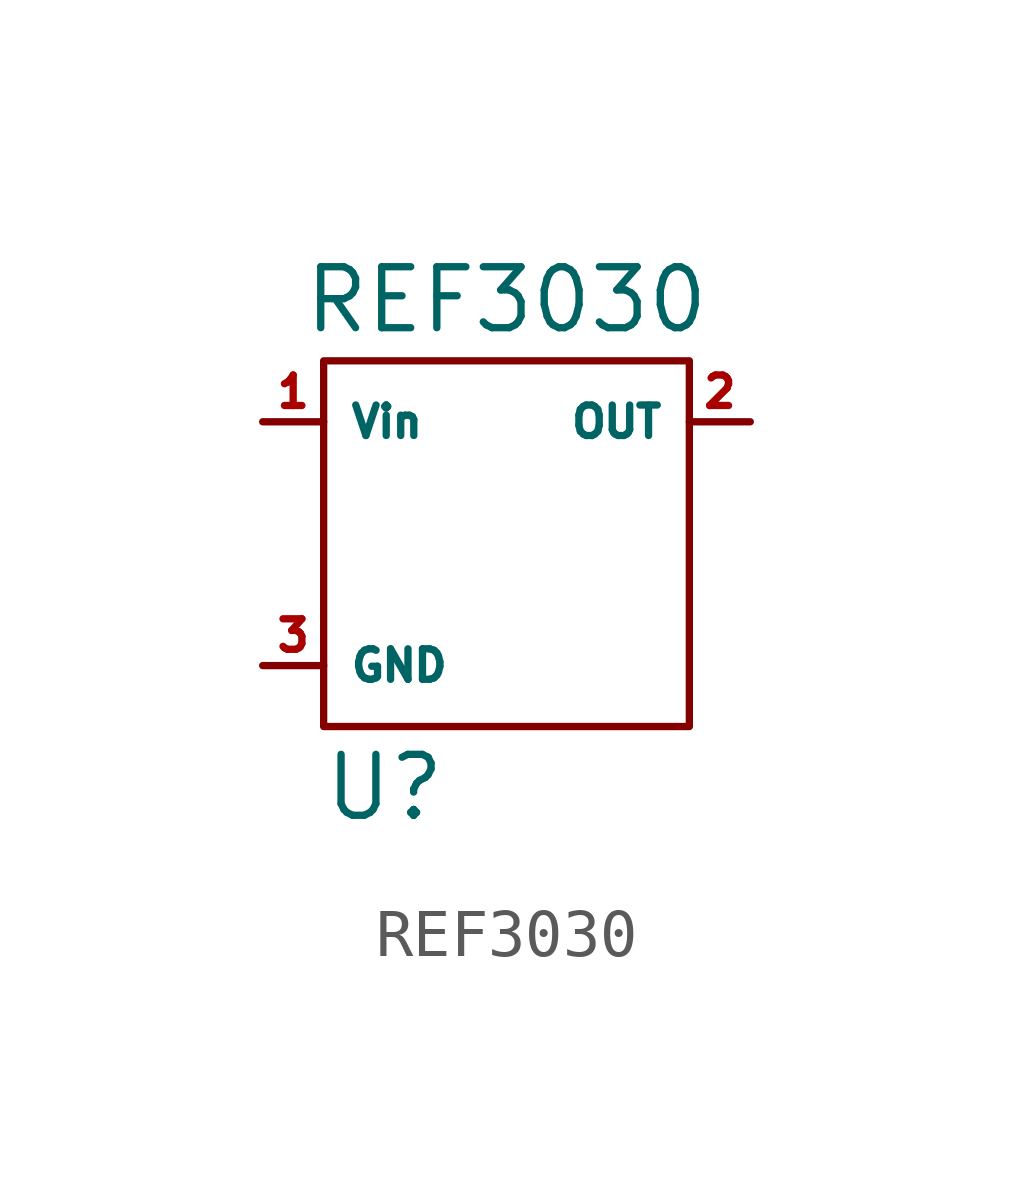
<source format=kicad_sym>
(kicad_symbol_lib
  (version 20211014)
  (generator kicad_symbol_editor)
  (symbol "REF3030"
    (property "Reference" "U"
      (at -2.54 -5.08 0)
      (effects (font (size 1.27 1.27))))
    (property "Value" "REF3030"
      (at 0 5.08 0)
      (effects (font (size 1.27 1.27))))
    (symbol "REF3030_0_1"
      (rectangle (start -3.81 3.81) (end 3.81 -3.81) (stroke (width 0) (type default) (color 0 0 0 0)) (fill (type none))))
    (symbol "REF3030_1_1"
      (pin power_in line (at -5.08 2.54 0) (length 1.27) (name "Vin" (effects (font (size 0.635 0.635)))) (number "1" (effects (font (size 0.635 0.635)))))
      (pin power_out line (at 5.08 2.54 180) (length 1.27) (name "OUT" (effects (font (size 0.635 0.635)))) (number "2" (effects (font (size 0.635 0.635)))))
      (pin power_in line (at -5.08 -2.54 0) (length 1.27) (name "GND" (effects (font (size 0.635 0.635)))) (number "3" (effects (font (size 0.635 0.635))))))))
</source>
